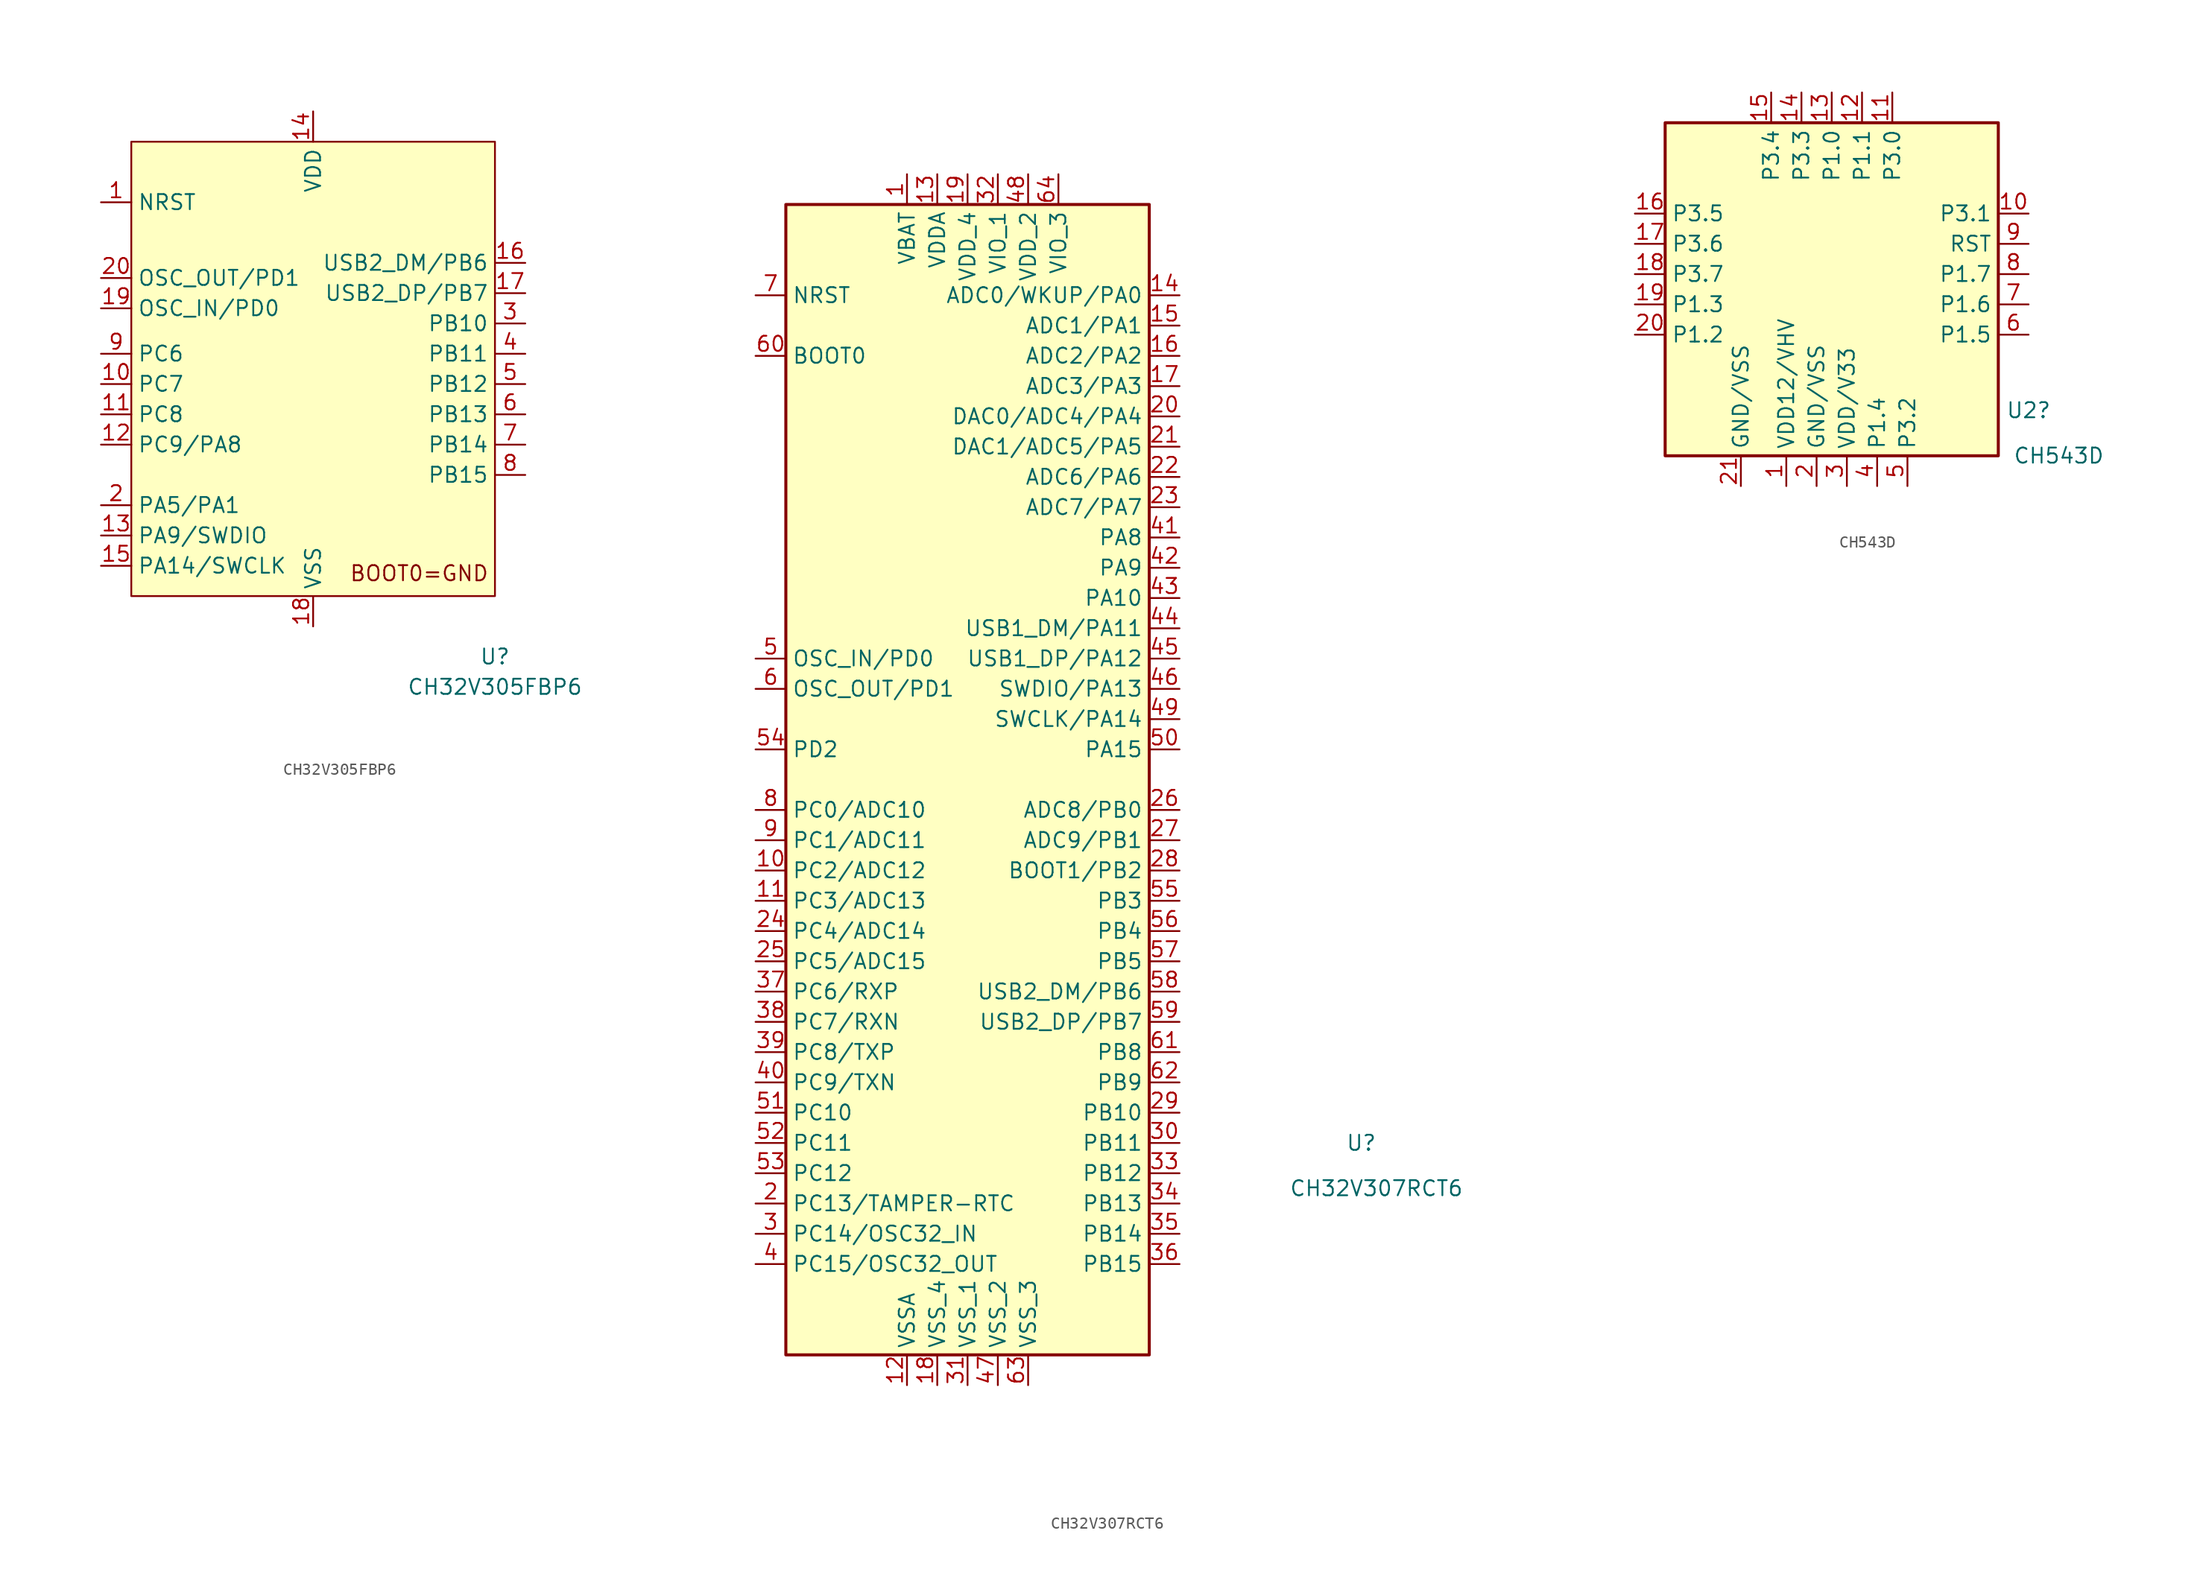
<source format=kicad_sym>
(kicad_symbol_lib
  (version 20211014)
  (generator kicad_symbol_editor)
  (symbol "CH32V305FBP6"
    (property "Reference" "U"
      (at 15.24 -25.4 0)
      (effects (font (size 1.27 1.27))))
    (property "Value" "CH32V305FBP6"
      (at 15.24 -27.94 0)
      (effects (font (size 1.27 1.27))))
    (symbol "CH32V305FBP6_0_0"
      (text "BOOT0=GND" (at 8.89 -18.415 0) (effects (font (size 1.27 1.27)))))
    (symbol "CH32V305FBP6_0_1"
      (rectangle (start -15.24 17.78) (end 15.24 -20.32) (stroke (width 0) (type default) (color 0 0 0 0)) (fill (type background))))
    (symbol "CH32V305FBP6_1_1"
      (pin input line (at -17.78 12.7 0) (length 2.54) (name "NRST" (effects (font (size 1.27 1.27)))) (number "1" (effects (font (size 1.27 1.27)))))
      (pin bidirectional line (at -17.78 -2.54 0) (length 2.54) (name "PC7" (effects (font (size 1.27 1.27)))) (number "10" (effects (font (size 1.27 1.27)))))
      (pin bidirectional line (at -17.78 -5.08 0) (length 2.54) (name "PC8" (effects (font (size 1.27 1.27)))) (number "11" (effects (font (size 1.27 1.27)))))
      (pin bidirectional line (at -17.78 -7.62 0) (length 2.54) (name "PC9/PA8" (effects (font (size 1.27 1.27)))) (number "12" (effects (font (size 1.27 1.27)))))
      (pin bidirectional line (at -17.78 -15.24 0) (length 2.54) (name "PA9/SWDIO" (effects (font (size 1.27 1.27)))) (number "13" (effects (font (size 1.27 1.27)))))
      (pin power_in line (at 0 20.32 270) (length 2.54) (name "VDD" (effects (font (size 1.27 1.27)))) (number "14" (effects (font (size 1.27 1.27)))))
      (pin bidirectional line (at -17.78 -17.78 0) (length 2.54) (name "PA14/SWCLK" (effects (font (size 1.27 1.27)))) (number "15" (effects (font (size 1.27 1.27)))))
      (pin bidirectional line (at 17.78 7.62 180) (length 2.54) (name "USB2_DM/PB6" (effects (font (size 1.27 1.27)))) (number "16" (effects (font (size 1.27 1.27)))))
      (pin bidirectional line (at 17.78 5.08 180) (length 2.54) (name "USB2_DP/PB7" (effects (font (size 1.27 1.27)))) (number "17" (effects (font (size 1.27 1.27)))))
      (pin power_in line (at 0 -22.86 90) (length 2.54) (name "VSS" (effects (font (size 1.27 1.27)))) (number "18" (effects (font (size 1.27 1.27)))))
      (pin input line (at -17.78 3.81 0) (length 2.54) (name "OSC_IN/PD0" (effects (font (size 1.27 1.27)))) (number "19" (effects (font (size 1.27 1.27)))))
      (pin bidirectional line (at -17.78 -12.7 0) (length 2.54) (name "PA5/PA1" (effects (font (size 1.27 1.27)))) (number "2" (effects (font (size 1.27 1.27)))))
      (pin output line (at -17.78 6.35 0) (length 2.54) (name "OSC_OUT/PD1" (effects (font (size 1.27 1.27)))) (number "20" (effects (font (size 1.27 1.27)))))
      (pin bidirectional line (at 17.78 2.54 180) (length 2.54) (name "PB10" (effects (font (size 1.27 1.27)))) (number "3" (effects (font (size 1.27 1.27)))))
      (pin bidirectional line (at 17.78 0 180) (length 2.54) (name "PB11" (effects (font (size 1.27 1.27)))) (number "4" (effects (font (size 1.27 1.27)))))
      (pin bidirectional line (at 17.78 -2.54 180) (length 2.54) (name "PB12" (effects (font (size 1.27 1.27)))) (number "5" (effects (font (size 1.27 1.27)))))
      (pin bidirectional line (at 17.78 -5.08 180) (length 2.54) (name "PB13" (effects (font (size 1.27 1.27)))) (number "6" (effects (font (size 1.27 1.27)))))
      (pin bidirectional line (at 17.78 -7.62 180) (length 2.54) (name "PB14" (effects (font (size 1.27 1.27)))) (number "7" (effects (font (size 1.27 1.27)))))
      (pin bidirectional line (at 17.78 -10.16 180) (length 2.54) (name "PB15" (effects (font (size 1.27 1.27)))) (number "8" (effects (font (size 1.27 1.27)))))
      (pin bidirectional line (at -17.78 0 0) (length 2.54) (name "PC6" (effects (font (size 1.27 1.27)))) (number "9" (effects (font (size 1.27 1.27)))))))
  (symbol "CH32V307RCT6"
    (property "Reference" "U"
      (at 33.02 -31.75 0)
      (effects (font (size 1.27 1.27))))
    (property "Value" "CH32V307RCT6"
      (at 34.29 -35.56 0)
      (effects (font (size 1.27 1.27))))
    (symbol "CH32V307RCT6_0_1"
      (rectangle (start -15.24 46.99) (end 15.24 -49.53) (stroke (width 0.254) (type default) (color 0 0 0 0)) (fill (type background))))
    (symbol "CH32V307RCT6_1_1"
      (pin power_in line (at -5.08 49.53 270) (length 2.54) (name "VBAT" (effects (font (size 1.27 1.27)))) (number "1" (effects (font (size 1.27 1.27)))))
      (pin bidirectional line (at -17.78 -8.89 0) (length 2.54) (name "PC2/ADC12" (effects (font (size 1.27 1.27)))) (number "10" (effects (font (size 1.27 1.27)))))
      (pin bidirectional line (at -17.78 -11.43 0) (length 2.54) (name "PC3/ADC13" (effects (font (size 1.27 1.27)))) (number "11" (effects (font (size 1.27 1.27)))))
      (pin power_in line (at -5.08 -52.07 90) (length 2.54) (name "VSSA" (effects (font (size 1.27 1.27)))) (number "12" (effects (font (size 1.27 1.27)))))
      (pin power_in line (at -2.54 49.53 270) (length 2.54) (name "VDDA" (effects (font (size 1.27 1.27)))) (number "13" (effects (font (size 1.27 1.27)))))
      (pin bidirectional line (at 17.78 39.37 180) (length 2.54) (name "ADC0/WKUP/PA0" (effects (font (size 1.27 1.27)))) (number "14" (effects (font (size 1.27 1.27)))))
      (pin bidirectional line (at 17.78 36.83 180) (length 2.54) (name "ADC1/PA1" (effects (font (size 1.27 1.27)))) (number "15" (effects (font (size 1.27 1.27)))))
      (pin bidirectional line (at 17.78 34.29 180) (length 2.54) (name "ADC2/PA2" (effects (font (size 1.27 1.27)))) (number "16" (effects (font (size 1.27 1.27)))))
      (pin bidirectional line (at 17.78 31.75 180) (length 2.54) (name "ADC3/PA3" (effects (font (size 1.27 1.27)))) (number "17" (effects (font (size 1.27 1.27)))))
      (pin power_in line (at -2.54 -52.07 90) (length 2.54) (name "VSS_4" (effects (font (size 1.27 1.27)))) (number "18" (effects (font (size 1.27 1.27)))))
      (pin power_in line (at 0 49.53 270) (length 2.54) (name "VDD_4" (effects (font (size 1.27 1.27)))) (number "19" (effects (font (size 1.27 1.27)))))
      (pin bidirectional line (at -17.78 -36.83 0) (length 2.54) (name "PC13/TAMPER-RTC" (effects (font (size 1.27 1.27)))) (number "2" (effects (font (size 1.27 1.27)))))
      (pin bidirectional line (at 17.78 29.21 180) (length 2.54) (name "DAC0/ADC4/PA4" (effects (font (size 1.27 1.27)))) (number "20" (effects (font (size 1.27 1.27)))))
      (pin bidirectional line (at 17.78 26.67 180) (length 2.54) (name "DAC1/ADC5/PA5" (effects (font (size 1.27 1.27)))) (number "21" (effects (font (size 1.27 1.27)))))
      (pin bidirectional line (at 17.78 24.13 180) (length 2.54) (name "ADC6/PA6" (effects (font (size 1.27 1.27)))) (number "22" (effects (font (size 1.27 1.27)))))
      (pin bidirectional line (at 17.78 21.59 180) (length 2.54) (name "ADC7/PA7" (effects (font (size 1.27 1.27)))) (number "23" (effects (font (size 1.27 1.27)))))
      (pin bidirectional line (at -17.78 -13.97 0) (length 2.54) (name "PC4/ADC14" (effects (font (size 1.27 1.27)))) (number "24" (effects (font (size 1.27 1.27)))))
      (pin bidirectional line (at -17.78 -16.51 0) (length 2.54) (name "PC5/ADC15" (effects (font (size 1.27 1.27)))) (number "25" (effects (font (size 1.27 1.27)))))
      (pin bidirectional line (at 17.78 -3.81 180) (length 2.54) (name "ADC8/PB0" (effects (font (size 1.27 1.27)))) (number "26" (effects (font (size 1.27 1.27)))))
      (pin bidirectional line (at 17.78 -6.35 180) (length 2.54) (name "ADC9/PB1" (effects (font (size 1.27 1.27)))) (number "27" (effects (font (size 1.27 1.27)))))
      (pin bidirectional line (at 17.78 -8.89 180) (length 2.54) (name "BOOT1/PB2" (effects (font (size 1.27 1.27)))) (number "28" (effects (font (size 1.27 1.27)))))
      (pin bidirectional line (at 17.78 -29.21 180) (length 2.54) (name "PB10" (effects (font (size 1.27 1.27)))) (number "29" (effects (font (size 1.27 1.27)))))
      (pin bidirectional line (at -17.78 -39.37 0) (length 2.54) (name "PC14/OSC32_IN" (effects (font (size 1.27 1.27)))) (number "3" (effects (font (size 1.27 1.27)))))
      (pin bidirectional line (at 17.78 -31.75 180) (length 2.54) (name "PB11" (effects (font (size 1.27 1.27)))) (number "30" (effects (font (size 1.27 1.27)))))
      (pin power_in line (at 0 -52.07 90) (length 2.54) (name "VSS_1" (effects (font (size 1.27 1.27)))) (number "31" (effects (font (size 1.27 1.27)))))
      (pin power_in line (at 2.54 49.53 270) (length 2.54) (name "VIO_1" (effects (font (size 1.27 1.27)))) (number "32" (effects (font (size 1.27 1.27)))))
      (pin bidirectional line (at 17.78 -34.29 180) (length 2.54) (name "PB12" (effects (font (size 1.27 1.27)))) (number "33" (effects (font (size 1.27 1.27)))))
      (pin bidirectional line (at 17.78 -36.83 180) (length 2.54) (name "PB13" (effects (font (size 1.27 1.27)))) (number "34" (effects (font (size 1.27 1.27)))))
      (pin bidirectional line (at 17.78 -39.37 180) (length 2.54) (name "PB14" (effects (font (size 1.27 1.27)))) (number "35" (effects (font (size 1.27 1.27)))))
      (pin bidirectional line (at 17.78 -41.91 180) (length 2.54) (name "PB15" (effects (font (size 1.27 1.27)))) (number "36" (effects (font (size 1.27 1.27)))))
      (pin bidirectional line (at -17.78 -19.05 0) (length 2.54) (name "PC6/RXP" (effects (font (size 1.27 1.27)))) (number "37" (effects (font (size 1.27 1.27)))))
      (pin bidirectional line (at -17.78 -21.59 0) (length 2.54) (name "PC7/RXN" (effects (font (size 1.27 1.27)))) (number "38" (effects (font (size 1.27 1.27)))))
      (pin bidirectional line (at -17.78 -24.13 0) (length 2.54) (name "PC8/TXP" (effects (font (size 1.27 1.27)))) (number "39" (effects (font (size 1.27 1.27)))))
      (pin bidirectional line (at -17.78 -41.91 0) (length 2.54) (name "PC15/OSC32_OUT" (effects (font (size 1.27 1.27)))) (number "4" (effects (font (size 1.27 1.27)))))
      (pin bidirectional line (at -17.78 -26.67 0) (length 2.54) (name "PC9/TXN" (effects (font (size 1.27 1.27)))) (number "40" (effects (font (size 1.27 1.27)))))
      (pin bidirectional line (at 17.78 19.05 180) (length 2.54) (name "PA8" (effects (font (size 1.27 1.27)))) (number "41" (effects (font (size 1.27 1.27)))))
      (pin bidirectional line (at 17.78 16.51 180) (length 2.54) (name "PA9" (effects (font (size 1.27 1.27)))) (number "42" (effects (font (size 1.27 1.27)))))
      (pin bidirectional line (at 17.78 13.97 180) (length 2.54) (name "PA10" (effects (font (size 1.27 1.27)))) (number "43" (effects (font (size 1.27 1.27)))))
      (pin bidirectional line (at 17.78 11.43 180) (length 2.54) (name "USB1_DM/PA11" (effects (font (size 1.27 1.27)))) (number "44" (effects (font (size 1.27 1.27)))))
      (pin bidirectional line (at 17.78 8.89 180) (length 2.54) (name "USB1_DP/PA12" (effects (font (size 1.27 1.27)))) (number "45" (effects (font (size 1.27 1.27)))))
      (pin bidirectional line (at 17.78 6.35 180) (length 2.54) (name "SWDIO/PA13" (effects (font (size 1.27 1.27)))) (number "46" (effects (font (size 1.27 1.27)))))
      (pin power_in line (at 2.54 -52.07 90) (length 2.54) (name "VSS_2" (effects (font (size 1.27 1.27)))) (number "47" (effects (font (size 1.27 1.27)))))
      (pin power_in line (at 5.08 49.53 270) (length 2.54) (name "VDD_2" (effects (font (size 1.27 1.27)))) (number "48" (effects (font (size 1.27 1.27)))))
      (pin bidirectional line (at 17.78 3.81 180) (length 2.54) (name "SWCLK/PA14" (effects (font (size 1.27 1.27)))) (number "49" (effects (font (size 1.27 1.27)))))
      (pin input line (at -17.78 8.89 0) (length 2.54) (name "OSC_IN/PD0" (effects (font (size 1.27 1.27)))) (number "5" (effects (font (size 1.27 1.27)))))
      (pin bidirectional line (at 17.78 1.27 180) (length 2.54) (name "PA15" (effects (font (size 1.27 1.27)))) (number "50" (effects (font (size 1.27 1.27)))))
      (pin bidirectional line (at -17.78 -29.21 0) (length 2.54) (name "PC10" (effects (font (size 1.27 1.27)))) (number "51" (effects (font (size 1.27 1.27)))))
      (pin bidirectional line (at -17.78 -31.75 0) (length 2.54) (name "PC11" (effects (font (size 1.27 1.27)))) (number "52" (effects (font (size 1.27 1.27)))))
      (pin bidirectional line (at -17.78 -34.29 0) (length 2.54) (name "PC12" (effects (font (size 1.27 1.27)))) (number "53" (effects (font (size 1.27 1.27)))))
      (pin bidirectional line (at -17.78 1.27 0) (length 2.54) (name "PD2" (effects (font (size 1.27 1.27)))) (number "54" (effects (font (size 1.27 1.27)))))
      (pin bidirectional line (at 17.78 -11.43 180) (length 2.54) (name "PB3" (effects (font (size 1.27 1.27)))) (number "55" (effects (font (size 1.27 1.27)))))
      (pin bidirectional line (at 17.78 -13.97 180) (length 2.54) (name "PB4" (effects (font (size 1.27 1.27)))) (number "56" (effects (font (size 1.27 1.27)))))
      (pin bidirectional line (at 17.78 -16.51 180) (length 2.54) (name "PB5" (effects (font (size 1.27 1.27)))) (number "57" (effects (font (size 1.27 1.27)))))
      (pin bidirectional line (at 17.78 -19.05 180) (length 2.54) (name "USB2_DM/PB6" (effects (font (size 1.27 1.27)))) (number "58" (effects (font (size 1.27 1.27)))))
      (pin bidirectional line (at 17.78 -21.59 180) (length 2.54) (name "USB2_DP/PB7" (effects (font (size 1.27 1.27)))) (number "59" (effects (font (size 1.27 1.27)))))
      (pin output line (at -17.78 6.35 0) (length 2.54) (name "OSC_OUT/PD1" (effects (font (size 1.27 1.27)))) (number "6" (effects (font (size 1.27 1.27)))))
      (pin input line (at -17.78 34.29 0) (length 2.54) (name "BOOT0" (effects (font (size 1.27 1.27)))) (number "60" (effects (font (size 1.27 1.27)))))
      (pin bidirectional line (at 17.78 -24.13 180) (length 2.54) (name "PB8" (effects (font (size 1.27 1.27)))) (number "61" (effects (font (size 1.27 1.27)))))
      (pin bidirectional line (at 17.78 -26.67 180) (length 2.54) (name "PB9" (effects (font (size 1.27 1.27)))) (number "62" (effects (font (size 1.27 1.27)))))
      (pin power_in line (at 5.08 -52.07 90) (length 2.54) (name "VSS_3" (effects (font (size 1.27 1.27)))) (number "63" (effects (font (size 1.27 1.27)))))
      (pin power_in line (at 7.62 49.53 270) (length 2.54) (name "VIO_3" (effects (font (size 1.27 1.27)))) (number "64" (effects (font (size 1.27 1.27)))))
      (pin input line (at -17.78 39.37 0) (length 2.54) (name "NRST" (effects (font (size 1.27 1.27)))) (number "7" (effects (font (size 1.27 1.27)))))
      (pin bidirectional line (at -17.78 -3.81 0) (length 2.54) (name "PC0/ADC10" (effects (font (size 1.27 1.27)))) (number "8" (effects (font (size 1.27 1.27)))))
      (pin bidirectional line (at -17.78 -6.35 0) (length 2.54) (name "PC1/ADC11" (effects (font (size 1.27 1.27)))) (number "9" (effects (font (size 1.27 1.27)))))))
  (symbol "CH543D"
    (property "Reference" "U2"
      (at 16.51 -10.16 0)
      (effects (font (size 1.27 1.27))))
    (property "Value" "CH543D"
      (at 19.05 -13.97 0)
      (effects (font (size 1.27 1.27))))
    (symbol "CH543D_0_1"
      (rectangle (start -13.97 13.97) (end 13.97 -13.97) (stroke (width 0.254) (type default) (color 0 0 0 0)) (fill (type background))))
    (symbol "CH543D_1_1"
      (pin power_in line (at -3.81 -16.51 90) (length 2.54) (name "VDD12/VHV" (effects (font (size 1.27 1.27)))) (number "1" (effects (font (size 1.27 1.27)))))
      (pin bidirectional line (at 16.51 6.35 180) (length 2.54) (name "P3.1" (effects (font (size 1.27 1.27)))) (number "10" (effects (font (size 1.27 1.27)))))
      (pin bidirectional line (at 5.08 16.51 270) (length 2.54) (name "P3.0" (effects (font (size 1.27 1.27)))) (number "11" (effects (font (size 1.27 1.27)))))
      (pin bidirectional line (at 2.54 16.51 270) (length 2.54) (name "P1.1" (effects (font (size 1.27 1.27)))) (number "12" (effects (font (size 1.27 1.27)))))
      (pin bidirectional line (at 0 16.51 270) (length 2.54) (name "P1.0" (effects (font (size 1.27 1.27)))) (number "13" (effects (font (size 1.27 1.27)))))
      (pin bidirectional line (at -2.54 16.51 270) (length 2.54) (name "P3.3" (effects (font (size 1.27 1.27)))) (number "14" (effects (font (size 1.27 1.27)))))
      (pin bidirectional line (at -5.08 16.51 270) (length 2.54) (name "P3.4" (effects (font (size 1.27 1.27)))) (number "15" (effects (font (size 1.27 1.27)))))
      (pin bidirectional line (at -16.51 6.35 0) (length 2.54) (name "P3.5" (effects (font (size 1.27 1.27)))) (number "16" (effects (font (size 1.27 1.27)))))
      (pin bidirectional line (at -16.51 3.81 0) (length 2.54) (name "P3.6" (effects (font (size 1.27 1.27)))) (number "17" (effects (font (size 1.27 1.27)))))
      (pin bidirectional line (at -16.51 1.27 0) (length 2.54) (name "P3.7" (effects (font (size 1.27 1.27)))) (number "18" (effects (font (size 1.27 1.27)))))
      (pin bidirectional line (at -16.51 -1.27 0) (length 2.54) (name "P1.3" (effects (font (size 1.27 1.27)))) (number "19" (effects (font (size 1.27 1.27)))))
      (pin power_in line (at -1.27 -16.51 90) (length 2.54) (name "GND/VSS" (effects (font (size 1.27 1.27)))) (number "2" (effects (font (size 1.27 1.27)))))
      (pin bidirectional line (at -16.51 -3.81 0) (length 2.54) (name "P1.2" (effects (font (size 1.27 1.27)))) (number "20" (effects (font (size 1.27 1.27)))))
      (pin power_in line (at -7.62 -16.51 90) (length 2.54) (name "GND/VSS" (effects (font (size 1.27 1.27)))) (number "21" (effects (font (size 1.27 1.27)))))
      (pin passive line (at 1.27 -16.51 90) (length 2.54) (name "VDD/V33" (effects (font (size 1.27 1.27)))) (number "3" (effects (font (size 1.27 1.27)))))
      (pin bidirectional line (at 3.81 -16.51 90) (length 2.54) (name "P1.4" (effects (font (size 1.27 1.27)))) (number "4" (effects (font (size 1.27 1.27)))))
      (pin bidirectional line (at 6.35 -16.51 90) (length 2.54) (name "P3.2" (effects (font (size 1.27 1.27)))) (number "5" (effects (font (size 1.27 1.27)))))
      (pin bidirectional line (at 16.51 -3.81 180) (length 2.54) (name "P1.5" (effects (font (size 1.27 1.27)))) (number "6" (effects (font (size 1.27 1.27)))))
      (pin bidirectional line (at 16.51 -1.27 180) (length 2.54) (name "P1.6" (effects (font (size 1.27 1.27)))) (number "7" (effects (font (size 1.27 1.27)))))
      (pin bidirectional line (at 16.51 1.27 180) (length 2.54) (name "P1.7" (effects (font (size 1.27 1.27)))) (number "8" (effects (font (size 1.27 1.27)))))
      (pin input line (at 16.51 3.81 180) (length 2.54) (name "RST" (effects (font (size 1.27 1.27)))) (number "9" (effects (font (size 1.27 1.27))))))))
</source>
